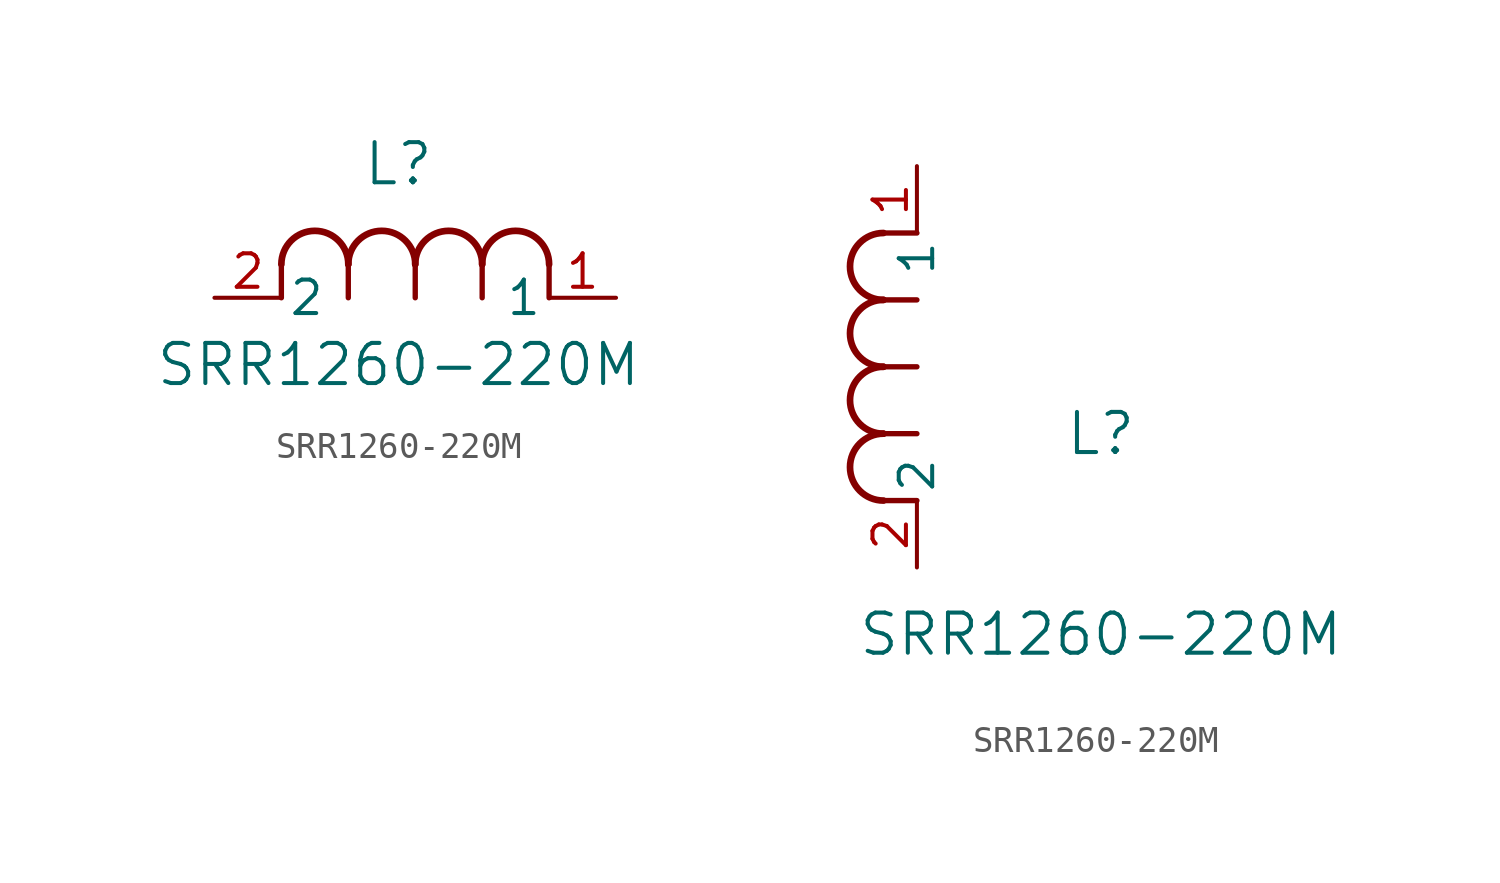
<source format=kicad_sym>
(kicad_symbol_lib
  (version 20211014)
  (generator kicad_symbol_editor)
  (symbol "SRR1260-220M"
    (pin_names
      (offset 0.254))
    (property "Reference" "L"
      (at 6.985 5.08 0)
      (effects (font (size 1.524 1.524))))
    (property "Value" "SRR1260-220M"
      (at 6.985 -2.54 0)
      (effects (font (size 1.524 1.524))))
    (symbol "SRR1260-220M_1_1"
      (arc (start 7.62 1.27) (mid 6.35 2.54) (end 5.08 1.27) (stroke (width 0.254) (type default) (color 0 0 0 0)) (fill (type none)))
      (polyline (pts (xy 5.08 0) (xy 5.08 1.27)) (stroke (width 0.203) (type default) (color 0 0 0 0)) (fill (type none)))
      (polyline (pts (xy 7.62 0) (xy 7.62 1.27)) (stroke (width 0.203) (type default) (color 0 0 0 0)) (fill (type none)))
      (polyline (pts (xy 12.7 0) (xy 12.7 1.27)) (stroke (width 0.203) (type default) (color 0 0 0 0)) (fill (type none)))
      (arc (start 5.08 1.27) (mid 3.81 2.54) (end 2.54 1.27) (stroke (width 0.254) (type default) (color 0 0 0 0)) (fill (type none)))
      (arc (start 10.16 1.27) (mid 8.89 2.54) (end 7.62 1.27) (stroke (width 0.254) (type default) (color 0 0 0 0)) (fill (type none)))
      (arc (start 12.7 1.27) (mid 11.43 2.54) (end 10.16 1.27) (stroke (width 0.254) (type default) (color 0 0 0 0)) (fill (type none)))
      (polyline (pts (xy 2.54 0) (xy 2.54 1.27)) (stroke (width 0.203) (type default) (color 0 0 0 0)) (fill (type none)))
      (polyline (pts (xy 10.16 0) (xy 10.16 1.27)) (stroke (width 0.203) (type default) (color 0 0 0 0)) (fill (type none)))
      (pin unspecified line (at 0 0 0) (length 2.54) (name "2" (effects (font (size 1.27 1.27)))) (number "2" (effects (font (size 1.27 1.27)))))
      (pin unspecified line (at 15.24 0 180) (length 2.54) (name "1" (effects (font (size 1.27 1.27)))) (number "1" (effects (font (size 1.27 1.27))))))
    (symbol "SRR1260-220M_1_2"
      (arc (start -1.27 7.62) (mid -2.54 6.35) (end -1.27 5.08) (stroke (width 0.254) (type default) (color 0 0 0 0)) (fill (type none)))
      (arc (start -1.27 5.08) (mid -2.54 3.81) (end -1.27 2.54) (stroke (width 0.254) (type default) (color 0 0 0 0)) (fill (type none)))
      (arc (start -1.27 12.7) (mid -2.54 11.43) (end -1.27 10.16) (stroke (width 0.254) (type default) (color 0 0 0 0)) (fill (type none)))
      (arc (start -1.27 10.16) (mid -2.54 8.89) (end -1.27 7.62) (stroke (width 0.254) (type default) (color 0 0 0 0)) (fill (type none)))
      (polyline (pts (xy 0 7.62) (xy -1.27 7.62)) (stroke (width 0.203) (type default) (color 0 0 0 0)) (fill (type none)))
      (polyline (pts (xy 0 5.08) (xy -1.27 5.08)) (stroke (width 0.203) (type default) (color 0 0 0 0)) (fill (type none)))
      (polyline (pts (xy 0 12.7) (xy -1.27 12.7)) (stroke (width 0.203) (type default) (color 0 0 0 0)) (fill (type none)))
      (polyline (pts (xy 0 2.54) (xy -1.27 2.54)) (stroke (width 0.203) (type default) (color 0 0 0 0)) (fill (type none)))
      (polyline (pts (xy 0 10.16) (xy -1.27 10.16)) (stroke (width 0.203) (type default) (color 0 0 0 0)) (fill (type none)))
      (pin unspecified line (at 0 0 90) (length 2.54) (name "2" (effects (font (size 1.27 1.27)))) (number "2" (effects (font (size 1.27 1.27)))))
      (pin unspecified line (at 0 15.24 270) (length 2.54) (name "1" (effects (font (size 1.27 1.27)))) (number "1" (effects (font (size 1.27 1.27))))))))
</source>
